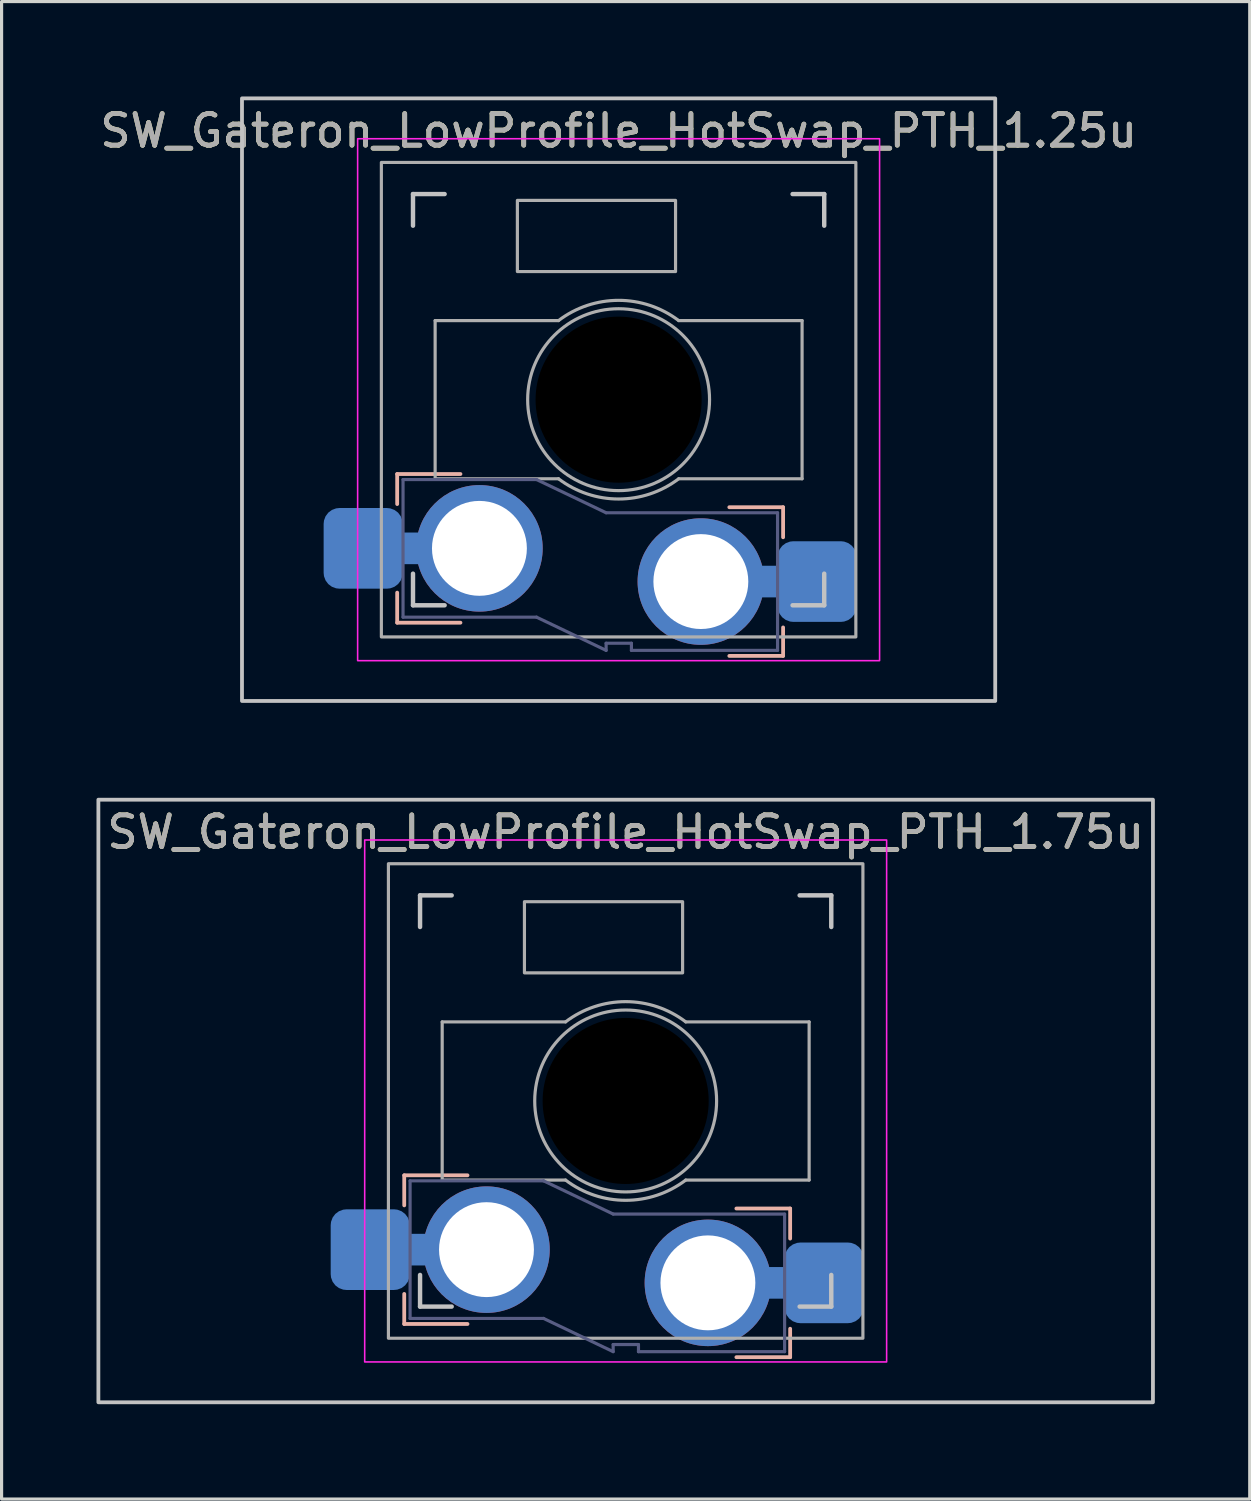
<source format=kicad_pcb>
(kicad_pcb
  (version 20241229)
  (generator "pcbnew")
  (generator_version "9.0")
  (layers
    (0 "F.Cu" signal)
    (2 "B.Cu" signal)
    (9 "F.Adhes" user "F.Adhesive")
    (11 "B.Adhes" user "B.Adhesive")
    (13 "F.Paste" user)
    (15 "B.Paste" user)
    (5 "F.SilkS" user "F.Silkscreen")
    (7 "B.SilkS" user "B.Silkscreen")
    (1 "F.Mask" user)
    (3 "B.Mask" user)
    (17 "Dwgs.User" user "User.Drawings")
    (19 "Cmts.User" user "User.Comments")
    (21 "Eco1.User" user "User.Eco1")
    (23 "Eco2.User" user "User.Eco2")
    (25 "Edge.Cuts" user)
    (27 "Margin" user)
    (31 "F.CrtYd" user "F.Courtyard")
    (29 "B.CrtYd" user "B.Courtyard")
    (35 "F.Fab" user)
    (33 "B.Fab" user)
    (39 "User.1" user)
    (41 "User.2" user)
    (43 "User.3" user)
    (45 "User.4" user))
  (footprint "SW_Gateron_LowProfile_HotSwap_PTH_1.25u"
    (layer "F.Cu")
    (at 16.506 9.585)
    (property "Reference" "SW_Gateron_LowProfile_HotSwap_PTH_1.25u" (at 0 -8.5 0) (unlocked yes) (layer "F.SilkS") (effects (font (size 1 1) (thickness 0.15))))
    (attr through_hole)
    (fp_line (start -7 2.35) (end -7 3.3) (stroke (width 0.12) (type solid)) (layer "B.SilkS"))
    (fp_line (start -7 2.35) (end -5 2.35) (stroke (width 0.12) (type solid)) (layer "B.SilkS"))
    (fp_line (start -7 7.05) (end -7 6.1) (stroke (width 0.12) (type solid)) (layer "B.SilkS"))
    (fp_line (start -7 7.05) (end -5 7.05) (stroke (width 0.12) (type solid)) (layer "B.SilkS"))
    (fp_line (start 5.2 3.4) (end 3.5 3.4) (stroke (width 0.12) (type solid)) (layer "B.SilkS"))
    (fp_line (start 5.2 3.4) (end 5.2 4.35) (stroke (width 0.12) (type solid)) (layer "B.SilkS"))
    (fp_line (start 5.2 8.1) (end 3.5 8.1) (stroke (width 0.12) (type solid)) (layer "B.SilkS"))
    (fp_line (start 5.2 8.1) (end 5.2 7.2) (stroke (width 0.12) (type solid)) (layer "B.SilkS"))
    (fp_line (start -6.5 -5.5) (end -6.5 -6.5) (stroke (width 0.14) (type solid)) (layer "Dwgs.User"))
    (fp_line (start -6.5 6.5) (end -6.5 5.5) (stroke (width 0.14) (type solid)) (layer "Dwgs.User"))
    (fp_line (start -6.5 6.5) (end -5.5 6.5) (stroke (width 0.14) (type solid)) (layer "Dwgs.User"))
    (fp_line (start -5.5 -6.5) (end -6.5 -6.5) (stroke (width 0.14) (type solid)) (layer "Dwgs.User"))
    (fp_line (start 5.5 6.5) (end 6.5 6.5) (stroke (width 0.14) (type solid)) (layer "Dwgs.User"))
    (fp_line (start 6.5 -6.5) (end 5.5 -6.5) (stroke (width 0.14) (type solid)) (layer "Dwgs.User"))
    (fp_line (start 6.5 -6.5) (end 6.5 -5.5) (stroke (width 0.14) (type solid)) (layer "Dwgs.User"))
    (fp_line (start 6.5 5.5) (end 6.5 6.5) (stroke (width 0.14) (type solid)) (layer "Dwgs.User"))
    (fp_rect (start -11.906 -9.525) (end 11.906 9.525) (stroke (width 0.12) (type default)) (fill no) (layer "Dwgs.User"))
    (fp_rect (start 8.25 -8.25) (end -8.25 8.25) (stroke (width 0.05) (type solid)) (fill no) (layer "F.CrtYd"))
    (fp_line (start -6.815 2.525) (end -6.815 6.875) (stroke (width 0.1) (type solid)) (layer "B.Fab"))
    (fp_line (start -6.815 2.525) (end -2.595 2.525) (stroke (width 0.1) (type solid)) (layer "B.Fab"))
    (fp_line (start -6.815 6.875) (end -2.595 6.875) (stroke (width 0.1) (type solid)) (layer "B.Fab"))
    (fp_line (start -2.595 2.525) (end -0.395 3.575) (stroke (width 0.1) (type solid)) (layer "B.Fab"))
    (fp_line (start -2.595 6.875) (end -0.395 7.925) (stroke (width 0.1) (type solid)) (layer "B.Fab"))
    (fp_line (start -0.395 7.7) (end -0.395 7.925) (stroke (width 0.1) (type solid)) (layer "B.Fab"))
    (fp_line (start 0.405 7.7) (end -0.395 7.7) (stroke (width 0.1) (type solid)) (layer "B.Fab"))
    (fp_line (start 0.405 7.925) (end 0.405 7.7) (stroke (width 0.1) (type solid)) (layer "B.Fab"))
    (fp_line (start 5.025 3.575) (end -0.395 3.575) (stroke (width 0.1) (type solid)) (layer "B.Fab"))
    (fp_line (start 5.025 3.575) (end 5.025 7.925) (stroke (width 0.1) (type solid)) (layer "B.Fab"))
    (fp_line (start 5.025 7.925) (end 0.405 7.925) (stroke (width 0.1) (type solid)) (layer "B.Fab"))
    (fp_line (start -5.8 -2.5) (end -1.9 -2.5) (stroke (width 0.1) (type default)) (layer "F.Fab"))
    (fp_line (start -5.8 2.5) (end -5.8 -2.5) (stroke (width 0.1) (type default)) (layer "F.Fab"))
    (fp_line (start -1.9 2.5) (end -5.8 2.5) (stroke (width 0.1) (type default)) (layer "F.Fab"))
    (fp_line (start 1.9 -2.5) (end 5.8 -2.5) (stroke (width 0.1) (type default)) (layer "F.Fab"))
    (fp_line (start 5.8 -2.5) (end 5.8 2.5) (stroke (width 0.1) (type default)) (layer "F.Fab"))
    (fp_line (start 5.8 2.5) (end 1.9 2.5) (stroke (width 0.1) (type default)) (layer "F.Fab"))
    (fp_rect (start -3.2 -6.3) (end 1.8 -4.05) (stroke (width 0.1) (type default)) (fill no) (layer "F.Fab"))
    (fp_rect (start 7.5 -7.5) (end -7.5 7.5) (stroke (width 0.1) (type solid)) (fill no) (layer "F.Fab"))
    (fp_arc (start -1.9 -2.499999) (mid 0 -3.140063) (end 1.9 -2.499999) (stroke (width 0.1) (type default)) (layer "F.Fab"))
    (fp_arc (start 1.9 2.499999) (mid 0 3.140063) (end -1.9 2.499999) (stroke (width 0.1) (type default)) (layer "F.Fab"))
    (fp_circle (center 0 0) (end 2.875 0) (stroke (width 0.1) (type default)) (fill no) (layer "F.Fab"))
    (fp_poly (pts (xy -2.05 -0.64) (xy -0.6 -0.64) (xy -0.6 -2) (xy 0.5 -2) (xy 0.5 -0.64) (xy 1.95 -0.64) (xy 1.95 0.64) (xy 0.5 0.64) (xy 0.5 2) (xy -0.6 2) (xy -0.6 0.64) (xy -2.05 0.64)) (stroke (width 0.1) (type solid)) (fill no) (layer "F.Fab"))
    (fp_text user "${REFERENCE}" (at 0 -8.5 0) (unlocked yes) (layer "F.Fab") (effects (font (size 1 1) (thickness 0.15))))
    (pad "" np_thru_hole circle (at 0 0) (size 5.25 5.25) (drill 5.25) (layers "*.Mask"))
    (pad "1" smd roundrect (at -8.075 4.7) (size 2.5 2.55) (layers "B.Cu" "B.Mask" "B.Paste") (roundrect_rratio 0.2))
    (pad "1" smd rect (at -6.35 4.7) (size 3.9 1) (layers "B.Cu"))
    (pad "1" thru_hole circle (at -4.4 4.7) (size 4 4) (drill 3) (layers "*.Cu" "B.Mask"))
    (pad "2" thru_hole circle (at 2.6 5.75) (size 4 4) (drill 3) (layers "*.Cu" "B.Mask"))
    (pad "2" smd rect (at 4.475 5.75) (size 3.75 1) (layers "B.Cu"))
    (pad "2" smd roundrect (at 6.275 5.75) (size 2.5 2.55) (layers "B.Cu" "B.Mask" "B.Paste") (roundrect_rratio 0.2)))
  (footprint "SW_Gateron_LowProfile_HotSwap_PTH_1.75u"
    (layer "F.Cu")
    (at 16.729 31.755)
    (property "Reference" "SW_Gateron_LowProfile_HotSwap_PTH_1.75u" (at 0 -8.5 0) (unlocked yes) (layer "F.SilkS") (effects (font (size 1 1) (thickness 0.15))))
    (attr through_hole)
    (fp_line (start -7 2.35) (end -7 3.3) (stroke (width 0.12) (type solid)) (layer "B.SilkS"))
    (fp_line (start -7 2.35) (end -5 2.35) (stroke (width 0.12) (type solid)) (layer "B.SilkS"))
    (fp_line (start -7 7.05) (end -7 6.1) (stroke (width 0.12) (type solid)) (layer "B.SilkS"))
    (fp_line (start -7 7.05) (end -5 7.05) (stroke (width 0.12) (type solid)) (layer "B.SilkS"))
    (fp_line (start 5.2 3.4) (end 3.5 3.4) (stroke (width 0.12) (type solid)) (layer "B.SilkS"))
    (fp_line (start 5.2 3.4) (end 5.2 4.35) (stroke (width 0.12) (type solid)) (layer "B.SilkS"))
    (fp_line (start 5.2 8.1) (end 3.5 8.1) (stroke (width 0.12) (type solid)) (layer "B.SilkS"))
    (fp_line (start 5.2 8.1) (end 5.2 7.2) (stroke (width 0.12) (type solid)) (layer "B.SilkS"))
    (fp_line (start -6.5 -5.5) (end -6.5 -6.5) (stroke (width 0.14) (type solid)) (layer "Dwgs.User"))
    (fp_line (start -6.5 6.5) (end -6.5 5.5) (stroke (width 0.14) (type solid)) (layer "Dwgs.User"))
    (fp_line (start -6.5 6.5) (end -5.5 6.5) (stroke (width 0.14) (type solid)) (layer "Dwgs.User"))
    (fp_line (start -5.5 -6.5) (end -6.5 -6.5) (stroke (width 0.14) (type solid)) (layer "Dwgs.User"))
    (fp_line (start 5.5 6.5) (end 6.5 6.5) (stroke (width 0.14) (type solid)) (layer "Dwgs.User"))
    (fp_line (start 6.5 -6.5) (end 5.5 -6.5) (stroke (width 0.14) (type solid)) (layer "Dwgs.User"))
    (fp_line (start 6.5 -6.5) (end 6.5 -5.5) (stroke (width 0.14) (type solid)) (layer "Dwgs.User"))
    (fp_line (start 6.5 5.5) (end 6.5 6.5) (stroke (width 0.14) (type solid)) (layer "Dwgs.User"))
    (fp_rect (start -16.669 -9.525) (end 16.669 9.525) (stroke (width 0.12) (type default)) (fill no) (layer "Dwgs.User"))
    (fp_rect (start 8.25 -8.25) (end -8.25 8.25) (stroke (width 0.05) (type solid)) (fill no) (layer "F.CrtYd"))
    (fp_line (start -6.815 2.525) (end -6.815 6.875) (stroke (width 0.1) (type solid)) (layer "B.Fab"))
    (fp_line (start -6.815 2.525) (end -2.595 2.525) (stroke (width 0.1) (type solid)) (layer "B.Fab"))
    (fp_line (start -6.815 6.875) (end -2.595 6.875) (stroke (width 0.1) (type solid)) (layer "B.Fab"))
    (fp_line (start -2.595 2.525) (end -0.395 3.575) (stroke (width 0.1) (type solid)) (layer "B.Fab"))
    (fp_line (start -2.595 6.875) (end -0.395 7.925) (stroke (width 0.1) (type solid)) (layer "B.Fab"))
    (fp_line (start -0.395 7.7) (end -0.395 7.925) (stroke (width 0.1) (type solid)) (layer "B.Fab"))
    (fp_line (start 0.405 7.7) (end -0.395 7.7) (stroke (width 0.1) (type solid)) (layer "B.Fab"))
    (fp_line (start 0.405 7.925) (end 0.405 7.7) (stroke (width 0.1) (type solid)) (layer "B.Fab"))
    (fp_line (start 5.025 3.575) (end -0.395 3.575) (stroke (width 0.1) (type solid)) (layer "B.Fab"))
    (fp_line (start 5.025 3.575) (end 5.025 7.925) (stroke (width 0.1) (type solid)) (layer "B.Fab"))
    (fp_line (start 5.025 7.925) (end 0.405 7.925) (stroke (width 0.1) (type solid)) (layer "B.Fab"))
    (fp_line (start -5.8 -2.5) (end -1.9 -2.5) (stroke (width 0.1) (type default)) (layer "F.Fab"))
    (fp_line (start -5.8 2.5) (end -5.8 -2.5) (stroke (width 0.1) (type default)) (layer "F.Fab"))
    (fp_line (start -1.9 2.5) (end -5.8 2.5) (stroke (width 0.1) (type default)) (layer "F.Fab"))
    (fp_line (start 1.9 -2.5) (end 5.8 -2.5) (stroke (width 0.1) (type default)) (layer "F.Fab"))
    (fp_line (start 5.8 -2.5) (end 5.8 2.5) (stroke (width 0.1) (type default)) (layer "F.Fab"))
    (fp_line (start 5.8 2.5) (end 1.9 2.5) (stroke (width 0.1) (type default)) (layer "F.Fab"))
    (fp_rect (start -3.2 -6.3) (end 1.8 -4.05) (stroke (width 0.1) (type default)) (fill no) (layer "F.Fab"))
    (fp_rect (start 7.5 -7.5) (end -7.5 7.5) (stroke (width 0.1) (type solid)) (fill no) (layer "F.Fab"))
    (fp_arc (start -1.9 -2.499999) (mid 0 -3.140063) (end 1.9 -2.499999) (stroke (width 0.1) (type default)) (layer "F.Fab"))
    (fp_arc (start 1.9 2.499999) (mid 0 3.140063) (end -1.9 2.499999) (stroke (width 0.1) (type default)) (layer "F.Fab"))
    (fp_circle (center 0 0) (end 2.875 0) (stroke (width 0.1) (type default)) (fill no) (layer "F.Fab"))
    (fp_poly (pts (xy -2.05 -0.64) (xy -0.6 -0.64) (xy -0.6 -2) (xy 0.5 -2) (xy 0.5 -0.64) (xy 1.95 -0.64) (xy 1.95 0.64) (xy 0.5 0.64) (xy 0.5 2) (xy -0.6 2) (xy -0.6 0.64) (xy -2.05 0.64)) (stroke (width 0.1) (type solid)) (fill no) (layer "F.Fab"))
    (fp_text user "${REFERENCE}" (at 0 -8.5 0) (unlocked yes) (layer "F.Fab") (effects (font (size 1 1) (thickness 0.15))))
    (pad "" np_thru_hole circle (at 0 0) (size 5.25 5.25) (drill 5.25) (layers "*.Mask"))
    (pad "1" smd roundrect (at -8.075 4.7) (size 2.5 2.55) (layers "B.Cu" "B.Mask" "B.Paste") (roundrect_rratio 0.2))
    (pad "1" smd rect (at -6.35 4.7) (size 3.9 1) (layers "B.Cu"))
    (pad "1" thru_hole circle (at -4.4 4.7) (size 4 4) (drill 3) (layers "*.Cu" "B.Mask"))
    (pad "2" thru_hole circle (at 2.6 5.75) (size 4 4) (drill 3) (layers "*.Cu" "B.Mask"))
    (pad "2" smd rect (at 4.475 5.75) (size 3.75 1) (layers "B.Cu"))
    (pad "2" smd roundrect (at 6.275 5.75) (size 2.5 2.55) (layers "B.Cu" "B.Mask" "B.Paste") (roundrect_rratio 0.2)))
  (gr_rect
    (start -3 -3)
    (end 36.458 44.34)
    (stroke (width 0.1) (type default))
    (fill no)
    (layer "Edge.Cuts")))
</source>
